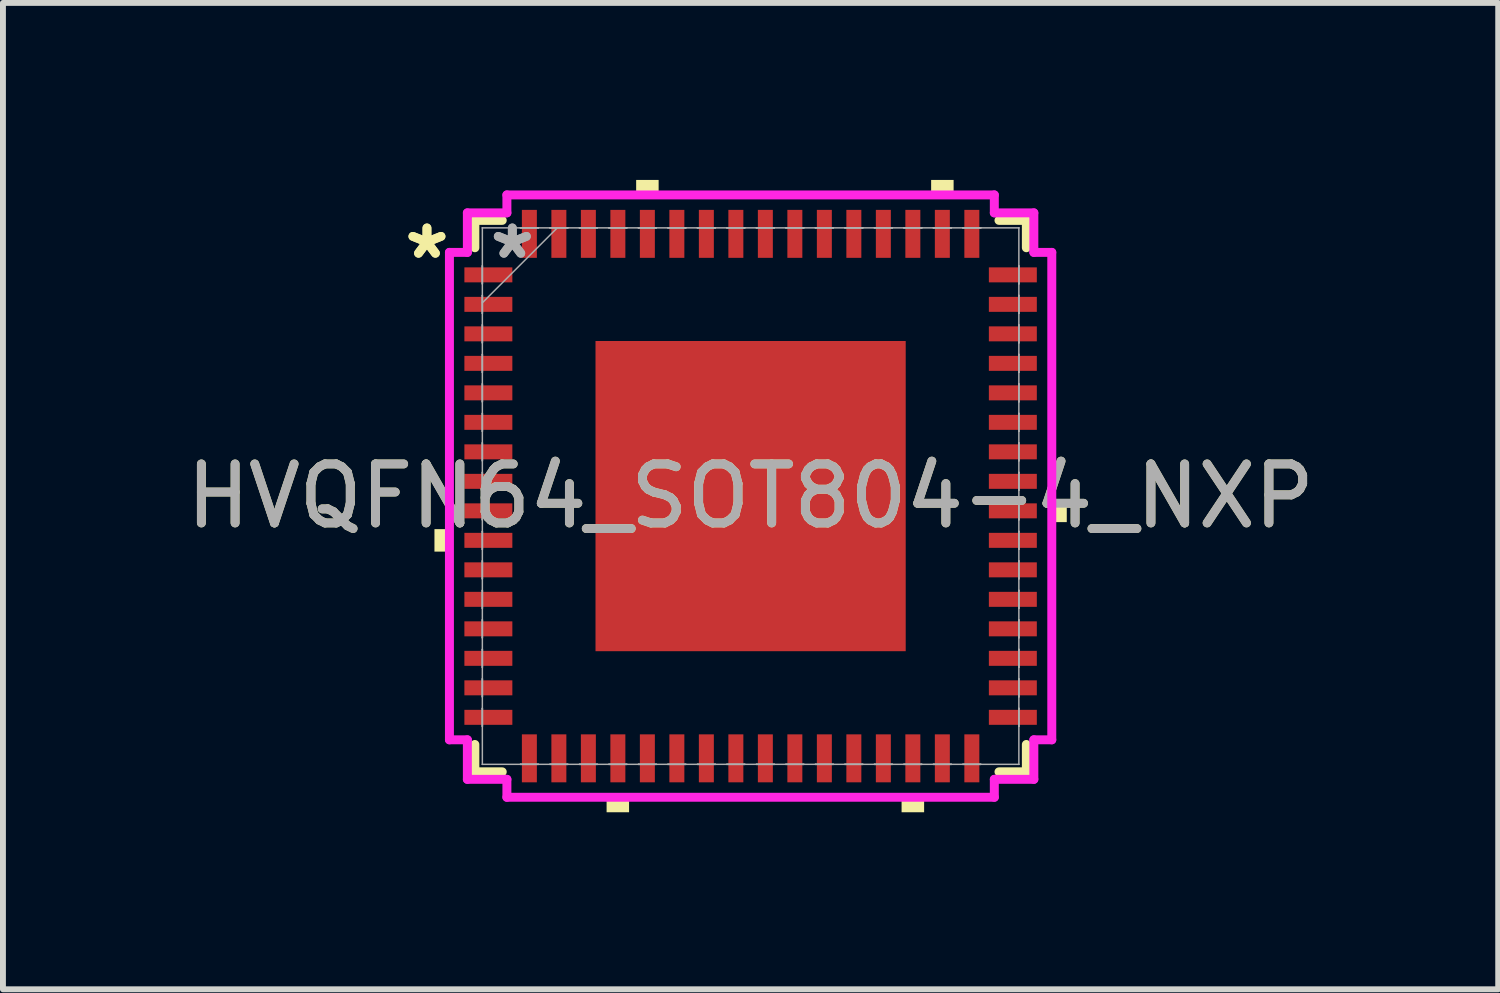
<source format=kicad_pcb>
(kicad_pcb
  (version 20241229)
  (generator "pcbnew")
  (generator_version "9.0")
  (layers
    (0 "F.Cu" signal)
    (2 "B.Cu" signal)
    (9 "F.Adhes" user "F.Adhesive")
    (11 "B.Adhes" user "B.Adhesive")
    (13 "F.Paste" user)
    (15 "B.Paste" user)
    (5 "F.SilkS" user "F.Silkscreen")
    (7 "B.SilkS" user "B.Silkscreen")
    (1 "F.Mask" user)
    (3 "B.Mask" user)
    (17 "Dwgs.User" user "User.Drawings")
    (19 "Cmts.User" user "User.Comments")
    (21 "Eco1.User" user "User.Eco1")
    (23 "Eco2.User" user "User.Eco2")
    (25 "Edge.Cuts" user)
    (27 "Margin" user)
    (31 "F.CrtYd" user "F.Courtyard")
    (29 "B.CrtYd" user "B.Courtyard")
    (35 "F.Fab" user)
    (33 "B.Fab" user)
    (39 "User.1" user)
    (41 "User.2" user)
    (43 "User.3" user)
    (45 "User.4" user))
  (footprint "HVQFN64_SOT804-4_NXP"
    (layer "F.Cu")
    (at 9.673 5.359)
    (property "Reference" "HVQFN64_SOT804-4_NXP" (at 0 0 0) (unlocked yes) (layer "F.SilkS") (effects (font (size 1 1) (thickness 0.15))))
    (attr smd)
    (fp_line (start -4.674 -4.674) (end -4.674 -4.21) (stroke (width 0.152) (type solid)) (layer "F.SilkS"))
    (fp_line (start -4.674 4.21) (end -4.674 4.674) (stroke (width 0.152) (type solid)) (layer "F.SilkS"))
    (fp_line (start -4.674 4.674) (end -4.21 4.674) (stroke (width 0.152) (type solid)) (layer "F.SilkS"))
    (fp_line (start -4.21 -4.674) (end -4.674 -4.674) (stroke (width 0.152) (type solid)) (layer "F.SilkS"))
    (fp_line (start 4.21 4.674) (end 4.674 4.674) (stroke (width 0.152) (type solid)) (layer "F.SilkS"))
    (fp_line (start 4.674 -4.674) (end 4.21 -4.674) (stroke (width 0.152) (type solid)) (layer "F.SilkS"))
    (fp_line (start 4.674 -4.21) (end 4.674 -4.674) (stroke (width 0.152) (type solid)) (layer "F.SilkS"))
    (fp_line (start 4.674 4.674) (end 4.674 4.21) (stroke (width 0.152) (type solid)) (layer "F.SilkS"))
    (fp_poly (pts (xy -5.359 0.56) (xy -5.359 0.941) (xy -5.105 0.941) (xy -5.105 0.56)) (stroke (width 0) (type solid)) (fill yes) (layer "F.SilkS"))
    (fp_poly (pts (xy -2.441 5.105) (xy -2.441 5.359) (xy -2.06 5.359) (xy -2.06 5.105)) (stroke (width 0) (type solid)) (fill yes) (layer "F.SilkS"))
    (fp_poly (pts (xy -1.94 -5.105) (xy -1.94 -5.359) (xy -1.559 -5.359) (xy -1.559 -5.105)) (stroke (width 0) (type solid)) (fill yes) (layer "F.SilkS"))
    (fp_poly (pts (xy 2.559 5.105) (xy 2.559 5.359) (xy 2.941 5.359) (xy 2.941 5.105)) (stroke (width 0) (type solid)) (fill yes) (layer "F.SilkS"))
    (fp_poly (pts (xy 3.06 -5.105) (xy 3.06 -5.359) (xy 3.441 -5.359) (xy 3.441 -5.105)) (stroke (width 0) (type solid)) (fill yes) (layer "F.SilkS"))
    (fp_poly (pts (xy 5.359 0.059) (xy 5.359 0.441) (xy 5.105 0.441) (xy 5.105 0.059)) (stroke (width 0) (type solid)) (fill yes) (layer "F.SilkS"))
    (fp_poly (pts (xy -2.529 -2.529) (xy -2.529 -1.414) (xy -1.414 -1.414) (xy -1.414 -2.529)) (stroke (width 0) (type solid)) (fill yes) (layer "F.Paste"))
    (fp_poly (pts (xy -2.529 -1.214) (xy -2.529 -0.1) (xy -1.414 -0.1) (xy -1.414 -1.214)) (stroke (width 0) (type solid)) (fill yes) (layer "F.Paste"))
    (fp_poly (pts (xy -2.529 0.1) (xy -2.529 1.214) (xy -1.414 1.214) (xy -1.414 0.1)) (stroke (width 0) (type solid)) (fill yes) (layer "F.Paste"))
    (fp_poly (pts (xy -2.529 1.414) (xy -2.529 2.529) (xy -1.414 2.529) (xy -1.414 1.414)) (stroke (width 0) (type solid)) (fill yes) (layer "F.Paste"))
    (fp_poly (pts (xy -1.214 -2.529) (xy -1.214 -1.414) (xy -0.1 -1.414) (xy -0.1 -2.529)) (stroke (width 0) (type solid)) (fill yes) (layer "F.Paste"))
    (fp_poly (pts (xy -1.214 -1.214) (xy -1.214 -0.1) (xy -0.1 -0.1) (xy -0.1 -1.214)) (stroke (width 0) (type solid)) (fill yes) (layer "F.Paste"))
    (fp_poly (pts (xy -1.214 0.1) (xy -1.214 1.214) (xy -0.1 1.214) (xy -0.1 0.1)) (stroke (width 0) (type solid)) (fill yes) (layer "F.Paste"))
    (fp_poly (pts (xy -1.214 1.414) (xy -1.214 2.529) (xy -0.1 2.529) (xy -0.1 1.414)) (stroke (width 0) (type solid)) (fill yes) (layer "F.Paste"))
    (fp_poly (pts (xy 0.1 -2.529) (xy 0.1 -1.414) (xy 1.214 -1.414) (xy 1.214 -2.529)) (stroke (width 0) (type solid)) (fill yes) (layer "F.Paste"))
    (fp_poly (pts (xy 0.1 -1.214) (xy 0.1 -0.1) (xy 1.214 -0.1) (xy 1.214 -1.214)) (stroke (width 0) (type solid)) (fill yes) (layer "F.Paste"))
    (fp_poly (pts (xy 0.1 0.1) (xy 0.1 1.214) (xy 1.214 1.214) (xy 1.214 0.1)) (stroke (width 0) (type solid)) (fill yes) (layer "F.Paste"))
    (fp_poly (pts (xy 0.1 1.414) (xy 0.1 2.529) (xy 1.214 2.529) (xy 1.214 1.414)) (stroke (width 0) (type solid)) (fill yes) (layer "F.Paste"))
    (fp_poly (pts (xy 1.414 -2.529) (xy 1.414 -1.414) (xy 2.529 -1.414) (xy 2.529 -2.529)) (stroke (width 0) (type solid)) (fill yes) (layer "F.Paste"))
    (fp_poly (pts (xy 1.414 -1.214) (xy 1.414 -0.1) (xy 2.529 -0.1) (xy 2.529 -1.214)) (stroke (width 0) (type solid)) (fill yes) (layer "F.Paste"))
    (fp_poly (pts (xy 1.414 0.1) (xy 1.414 1.214) (xy 2.529 1.214) (xy 2.529 0.1)) (stroke (width 0) (type solid)) (fill yes) (layer "F.Paste"))
    (fp_poly (pts (xy 1.414 1.414) (xy 1.414 2.529) (xy 2.529 2.529) (xy 2.529 1.414)) (stroke (width 0) (type solid)) (fill yes) (layer "F.Paste"))
    (fp_line (start -5.105 -4.131) (end -4.801 -4.131) (stroke (width 0.152) (type solid)) (layer "F.CrtYd"))
    (fp_line (start -5.105 4.131) (end -5.105 -4.131) (stroke (width 0.152) (type solid)) (layer "F.CrtYd"))
    (fp_line (start -4.801 -4.801) (end -4.131 -4.801) (stroke (width 0.152) (type solid)) (layer "F.CrtYd"))
    (fp_line (start -4.801 -4.131) (end -4.801 -4.801) (stroke (width 0.152) (type solid)) (layer "F.CrtYd"))
    (fp_line (start -4.801 4.131) (end -5.105 4.131) (stroke (width 0.152) (type solid)) (layer "F.CrtYd"))
    (fp_line (start -4.801 4.801) (end -4.801 4.131) (stroke (width 0.152) (type solid)) (layer "F.CrtYd"))
    (fp_line (start -4.131 -5.105) (end 4.131 -5.105) (stroke (width 0.152) (type solid)) (layer "F.CrtYd"))
    (fp_line (start -4.131 -4.801) (end -4.131 -5.105) (stroke (width 0.152) (type solid)) (layer "F.CrtYd"))
    (fp_line (start -4.131 4.801) (end -4.801 4.801) (stroke (width 0.152) (type solid)) (layer "F.CrtYd"))
    (fp_line (start -4.131 5.105) (end -4.131 4.801) (stroke (width 0.152) (type solid)) (layer "F.CrtYd"))
    (fp_line (start 4.131 -5.105) (end 4.131 -4.801) (stroke (width 0.152) (type solid)) (layer "F.CrtYd"))
    (fp_line (start 4.131 -4.801) (end 4.801 -4.801) (stroke (width 0.152) (type solid)) (layer "F.CrtYd"))
    (fp_line (start 4.131 4.801) (end 4.131 5.105) (stroke (width 0.152) (type solid)) (layer "F.CrtYd"))
    (fp_line (start 4.131 5.105) (end -4.131 5.105) (stroke (width 0.152) (type solid)) (layer "F.CrtYd"))
    (fp_line (start 4.801 -4.801) (end 4.801 -4.131) (stroke (width 0.152) (type solid)) (layer "F.CrtYd"))
    (fp_line (start 4.801 -4.131) (end 5.105 -4.131) (stroke (width 0.152) (type solid)) (layer "F.CrtYd"))
    (fp_line (start 4.801 4.131) (end 4.801 4.801) (stroke (width 0.152) (type solid)) (layer "F.CrtYd"))
    (fp_line (start 4.801 4.801) (end 4.131 4.801) (stroke (width 0.152) (type solid)) (layer "F.CrtYd"))
    (fp_line (start 5.105 -4.131) (end 5.105 4.131) (stroke (width 0.152) (type solid)) (layer "F.CrtYd"))
    (fp_line (start 5.105 4.131) (end 4.801 4.131) (stroke (width 0.152) (type solid)) (layer "F.CrtYd"))
    (fp_line (start -4.547 -4.547) (end -4.547 -4.547) (stroke (width 0.025) (type solid)) (layer "F.Fab"))
    (fp_line (start -4.547 -4.547) (end -4.547 4.547) (stroke (width 0.025) (type solid)) (layer "F.Fab"))
    (fp_line (start -4.547 -3.902) (end -4.547 -3.902) (stroke (width 0.025) (type solid)) (layer "F.Fab"))
    (fp_line (start -4.547 -3.902) (end -4.547 -3.598) (stroke (width 0.025) (type solid)) (layer "F.Fab"))
    (fp_line (start -4.547 -3.598) (end -4.547 -3.902) (stroke (width 0.025) (type solid)) (layer "F.Fab"))
    (fp_line (start -4.547 -3.598) (end -4.547 -3.598) (stroke (width 0.025) (type solid)) (layer "F.Fab"))
    (fp_line (start -4.547 -3.402) (end -4.547 -3.402) (stroke (width 0.025) (type solid)) (layer "F.Fab"))
    (fp_line (start -4.547 -3.402) (end -4.547 -3.098) (stroke (width 0.025) (type solid)) (layer "F.Fab"))
    (fp_line (start -4.547 -3.277) (end -3.277 -4.547) (stroke (width 0.025) (type solid)) (layer "F.Fab"))
    (fp_line (start -4.547 -3.098) (end -4.547 -3.402) (stroke (width 0.025) (type solid)) (layer "F.Fab"))
    (fp_line (start -4.547 -3.098) (end -4.547 -3.098) (stroke (width 0.025) (type solid)) (layer "F.Fab"))
    (fp_line (start -4.547 -2.902) (end -4.547 -2.902) (stroke (width 0.025) (type solid)) (layer "F.Fab"))
    (fp_line (start -4.547 -2.902) (end -4.547 -2.598) (stroke (width 0.025) (type solid)) (layer "F.Fab"))
    (fp_line (start -4.547 -2.598) (end -4.547 -2.902) (stroke (width 0.025) (type solid)) (layer "F.Fab"))
    (fp_line (start -4.547 -2.598) (end -4.547 -2.598) (stroke (width 0.025) (type solid)) (layer "F.Fab"))
    (fp_line (start -4.547 -2.402) (end -4.547 -2.402) (stroke (width 0.025) (type solid)) (layer "F.Fab"))
    (fp_line (start -4.547 -2.402) (end -4.547 -2.098) (stroke (width 0.025) (type solid)) (layer "F.Fab"))
    (fp_line (start -4.547 -2.098) (end -4.547 -2.402) (stroke (width 0.025) (type solid)) (layer "F.Fab"))
    (fp_line (start -4.547 -2.098) (end -4.547 -2.098) (stroke (width 0.025) (type solid)) (layer "F.Fab"))
    (fp_line (start -4.547 -1.902) (end -4.547 -1.902) (stroke (width 0.025) (type solid)) (layer "F.Fab"))
    (fp_line (start -4.547 -1.902) (end -4.547 -1.598) (stroke (width 0.025) (type solid)) (layer "F.Fab"))
    (fp_line (start -4.547 -1.598) (end -4.547 -1.902) (stroke (width 0.025) (type solid)) (layer "F.Fab"))
    (fp_line (start -4.547 -1.598) (end -4.547 -1.598) (stroke (width 0.025) (type solid)) (layer "F.Fab"))
    (fp_line (start -4.547 -1.402) (end -4.547 -1.402) (stroke (width 0.025) (type solid)) (layer "F.Fab"))
    (fp_line (start -4.547 -1.402) (end -4.547 -1.098) (stroke (width 0.025) (type solid)) (layer "F.Fab"))
    (fp_line (start -4.547 -1.098) (end -4.547 -1.402) (stroke (width 0.025) (type solid)) (layer "F.Fab"))
    (fp_line (start -4.547 -1.098) (end -4.547 -1.098) (stroke (width 0.025) (type solid)) (layer "F.Fab"))
    (fp_line (start -4.547 -0.902) (end -4.547 -0.902) (stroke (width 0.025) (type solid)) (layer "F.Fab"))
    (fp_line (start -4.547 -0.902) (end -4.547 -0.598) (stroke (width 0.025) (type solid)) (layer "F.Fab"))
    (fp_line (start -4.547 -0.598) (end -4.547 -0.902) (stroke (width 0.025) (type solid)) (layer "F.Fab"))
    (fp_line (start -4.547 -0.598) (end -4.547 -0.598) (stroke (width 0.025) (type solid)) (layer "F.Fab"))
    (fp_line (start -4.547 -0.402) (end -4.547 -0.402) (stroke (width 0.025) (type solid)) (layer "F.Fab"))
    (fp_line (start -4.547 -0.402) (end -4.547 -0.098) (stroke (width 0.025) (type solid)) (layer "F.Fab"))
    (fp_line (start -4.547 -0.098) (end -4.547 -0.402) (stroke (width 0.025) (type solid)) (layer "F.Fab"))
    (fp_line (start -4.547 -0.098) (end -4.547 -0.098) (stroke (width 0.025) (type solid)) (layer "F.Fab"))
    (fp_line (start -4.547 0.098) (end -4.547 0.098) (stroke (width 0.025) (type solid)) (layer "F.Fab"))
    (fp_line (start -4.547 0.098) (end -4.547 0.402) (stroke (width 0.025) (type solid)) (layer "F.Fab"))
    (fp_line (start -4.547 0.402) (end -4.547 0.098) (stroke (width 0.025) (type solid)) (layer "F.Fab"))
    (fp_line (start -4.547 0.402) (end -4.547 0.402) (stroke (width 0.025) (type solid)) (layer "F.Fab"))
    (fp_line (start -4.547 0.598) (end -4.547 0.598) (stroke (width 0.025) (type solid)) (layer "F.Fab"))
    (fp_line (start -4.547 0.598) (end -4.547 0.902) (stroke (width 0.025) (type solid)) (layer "F.Fab"))
    (fp_line (start -4.547 0.902) (end -4.547 0.598) (stroke (width 0.025) (type solid)) (layer "F.Fab"))
    (fp_line (start -4.547 0.902) (end -4.547 0.902) (stroke (width 0.025) (type solid)) (layer "F.Fab"))
    (fp_line (start -4.547 1.098) (end -4.547 1.098) (stroke (width 0.025) (type solid)) (layer "F.Fab"))
    (fp_line (start -4.547 1.098) (end -4.547 1.402) (stroke (width 0.025) (type solid)) (layer "F.Fab"))
    (fp_line (start -4.547 1.402) (end -4.547 1.098) (stroke (width 0.025) (type solid)) (layer "F.Fab"))
    (fp_line (start -4.547 1.402) (end -4.547 1.402) (stroke (width 0.025) (type solid)) (layer "F.Fab"))
    (fp_line (start -4.547 1.598) (end -4.547 1.598) (stroke (width 0.025) (type solid)) (layer "F.Fab"))
    (fp_line (start -4.547 1.598) (end -4.547 1.902) (stroke (width 0.025) (type solid)) (layer "F.Fab"))
    (fp_line (start -4.547 1.902) (end -4.547 1.598) (stroke (width 0.025) (type solid)) (layer "F.Fab"))
    (fp_line (start -4.547 1.902) (end -4.547 1.902) (stroke (width 0.025) (type solid)) (layer "F.Fab"))
    (fp_line (start -4.547 2.098) (end -4.547 2.098) (stroke (width 0.025) (type solid)) (layer "F.Fab"))
    (fp_line (start -4.547 2.098) (end -4.547 2.402) (stroke (width 0.025) (type solid)) (layer "F.Fab"))
    (fp_line (start -4.547 2.402) (end -4.547 2.098) (stroke (width 0.025) (type solid)) (layer "F.Fab"))
    (fp_line (start -4.547 2.402) (end -4.547 2.402) (stroke (width 0.025) (type solid)) (layer "F.Fab"))
    (fp_line (start -4.547 2.598) (end -4.547 2.598) (stroke (width 0.025) (type solid)) (layer "F.Fab"))
    (fp_line (start -4.547 2.598) (end -4.547 2.902) (stroke (width 0.025) (type solid)) (layer "F.Fab"))
    (fp_line (start -4.547 2.902) (end -4.547 2.598) (stroke (width 0.025) (type solid)) (layer "F.Fab"))
    (fp_line (start -4.547 2.902) (end -4.547 2.902) (stroke (width 0.025) (type solid)) (layer "F.Fab"))
    (fp_line (start -4.547 3.098) (end -4.547 3.098) (stroke (width 0.025) (type solid)) (layer "F.Fab"))
    (fp_line (start -4.547 3.098) (end -4.547 3.402) (stroke (width 0.025) (type solid)) (layer "F.Fab"))
    (fp_line (start -4.547 3.402) (end -4.547 3.098) (stroke (width 0.025) (type solid)) (layer "F.Fab"))
    (fp_line (start -4.547 3.402) (end -4.547 3.402) (stroke (width 0.025) (type solid)) (layer "F.Fab"))
    (fp_line (start -4.547 3.598) (end -4.547 3.598) (stroke (width 0.025) (type solid)) (layer "F.Fab"))
    (fp_line (start -4.547 3.598) (end -4.547 3.902) (stroke (width 0.025) (type solid)) (layer "F.Fab"))
    (fp_line (start -4.547 3.902) (end -4.547 3.598) (stroke (width 0.025) (type solid)) (layer "F.Fab"))
    (fp_line (start -4.547 3.902) (end -4.547 3.902) (stroke (width 0.025) (type solid)) (layer "F.Fab"))
    (fp_line (start -4.547 4.547) (end -4.547 4.547) (stroke (width 0.025) (type solid)) (layer "F.Fab"))
    (fp_line (start -4.547 4.547) (end 4.547 4.547) (stroke (width 0.025) (type solid)) (layer "F.Fab"))
    (fp_line (start -3.902 -4.547) (end -3.902 -4.547) (stroke (width 0.025) (type solid)) (layer "F.Fab"))
    (fp_line (start -3.902 -4.547) (end -3.598 -4.547) (stroke (width 0.025) (type solid)) (layer "F.Fab"))
    (fp_line (start -3.902 4.547) (end -3.902 4.547) (stroke (width 0.025) (type solid)) (layer "F.Fab"))
    (fp_line (start -3.902 4.547) (end -3.598 4.547) (stroke (width 0.025) (type solid)) (layer "F.Fab"))
    (fp_line (start -3.598 -4.547) (end -3.902 -4.547) (stroke (width 0.025) (type solid)) (layer "F.Fab"))
    (fp_line (start -3.598 -4.547) (end -3.598 -4.547) (stroke (width 0.025) (type solid)) (layer "F.Fab"))
    (fp_line (start -3.598 4.547) (end -3.902 4.547) (stroke (width 0.025) (type solid)) (layer "F.Fab"))
    (fp_line (start -3.598 4.547) (end -3.598 4.547) (stroke (width 0.025) (type solid)) (layer "F.Fab"))
    (fp_line (start -3.402 -4.547) (end -3.402 -4.547) (stroke (width 0.025) (type solid)) (layer "F.Fab"))
    (fp_line (start -3.402 -4.547) (end -3.098 -4.547) (stroke (width 0.025) (type solid)) (layer "F.Fab"))
    (fp_line (start -3.402 4.547) (end -3.402 4.547) (stroke (width 0.025) (type solid)) (layer "F.Fab"))
    (fp_line (start -3.402 4.547) (end -3.098 4.547) (stroke (width 0.025) (type solid)) (layer "F.Fab"))
    (fp_line (start -3.098 -4.547) (end -3.402 -4.547) (stroke (width 0.025) (type solid)) (layer "F.Fab"))
    (fp_line (start -3.098 -4.547) (end -3.098 -4.547) (stroke (width 0.025) (type solid)) (layer "F.Fab"))
    (fp_line (start -3.098 4.547) (end -3.402 4.547) (stroke (width 0.025) (type solid)) (layer "F.Fab"))
    (fp_line (start -3.098 4.547) (end -3.098 4.547) (stroke (width 0.025) (type solid)) (layer "F.Fab"))
    (fp_line (start -2.902 -4.547) (end -2.902 -4.547) (stroke (width 0.025) (type solid)) (layer "F.Fab"))
    (fp_line (start -2.902 -4.547) (end -2.598 -4.547) (stroke (width 0.025) (type solid)) (layer "F.Fab"))
    (fp_line (start -2.902 4.547) (end -2.902 4.547) (stroke (width 0.025) (type solid)) (layer "F.Fab"))
    (fp_line (start -2.902 4.547) (end -2.598 4.547) (stroke (width 0.025) (type solid)) (layer "F.Fab"))
    (fp_line (start -2.598 -4.547) (end -2.902 -4.547) (stroke (width 0.025) (type solid)) (layer "F.Fab"))
    (fp_line (start -2.598 -4.547) (end -2.598 -4.547) (stroke (width 0.025) (type solid)) (layer "F.Fab"))
    (fp_line (start -2.598 4.547) (end -2.902 4.547) (stroke (width 0.025) (type solid)) (layer "F.Fab"))
    (fp_line (start -2.598 4.547) (end -2.598 4.547) (stroke (width 0.025) (type solid)) (layer "F.Fab"))
    (fp_line (start -2.402 -4.547) (end -2.402 -4.547) (stroke (width 0.025) (type solid)) (layer "F.Fab"))
    (fp_line (start -2.402 -4.547) (end -2.098 -4.547) (stroke (width 0.025) (type solid)) (layer "F.Fab"))
    (fp_line (start -2.402 4.547) (end -2.402 4.547) (stroke (width 0.025) (type solid)) (layer "F.Fab"))
    (fp_line (start -2.402 4.547) (end -2.098 4.547) (stroke (width 0.025) (type solid)) (layer "F.Fab"))
    (fp_line (start -2.098 -4.547) (end -2.402 -4.547) (stroke (width 0.025) (type solid)) (layer "F.Fab"))
    (fp_line (start -2.098 -4.547) (end -2.098 -4.547) (stroke (width 0.025) (type solid)) (layer "F.Fab"))
    (fp_line (start -2.098 4.547) (end -2.402 4.547) (stroke (width 0.025) (type solid)) (layer "F.Fab"))
    (fp_line (start -2.098 4.547) (end -2.098 4.547) (stroke (width 0.025) (type solid)) (layer "F.Fab"))
    (fp_line (start -1.902 -4.547) (end -1.902 -4.547) (stroke (width 0.025) (type solid)) (layer "F.Fab"))
    (fp_line (start -1.902 -4.547) (end -1.598 -4.547) (stroke (width 0.025) (type solid)) (layer "F.Fab"))
    (fp_line (start -1.902 4.547) (end -1.902 4.547) (stroke (width 0.025) (type solid)) (layer "F.Fab"))
    (fp_line (start -1.902 4.547) (end -1.598 4.547) (stroke (width 0.025) (type solid)) (layer "F.Fab"))
    (fp_line (start -1.598 -4.547) (end -1.902 -4.547) (stroke (width 0.025) (type solid)) (layer "F.Fab"))
    (fp_line (start -1.598 -4.547) (end -1.598 -4.547) (stroke (width 0.025) (type solid)) (layer "F.Fab"))
    (fp_line (start -1.598 4.547) (end -1.902 4.547) (stroke (width 0.025) (type solid)) (layer "F.Fab"))
    (fp_line (start -1.598 4.547) (end -1.598 4.547) (stroke (width 0.025) (type solid)) (layer "F.Fab"))
    (fp_line (start -1.402 -4.547) (end -1.402 -4.547) (stroke (width 0.025) (type solid)) (layer "F.Fab"))
    (fp_line (start -1.402 -4.547) (end -1.098 -4.547) (stroke (width 0.025) (type solid)) (layer "F.Fab"))
    (fp_line (start -1.402 4.547) (end -1.402 4.547) (stroke (width 0.025) (type solid)) (layer "F.Fab"))
    (fp_line (start -1.402 4.547) (end -1.098 4.547) (stroke (width 0.025) (type solid)) (layer "F.Fab"))
    (fp_line (start -1.098 -4.547) (end -1.402 -4.547) (stroke (width 0.025) (type solid)) (layer "F.Fab"))
    (fp_line (start -1.098 -4.547) (end -1.098 -4.547) (stroke (width 0.025) (type solid)) (layer "F.Fab"))
    (fp_line (start -1.098 4.547) (end -1.402 4.547) (stroke (width 0.025) (type solid)) (layer "F.Fab"))
    (fp_line (start -1.098 4.547) (end -1.098 4.547) (stroke (width 0.025) (type solid)) (layer "F.Fab"))
    (fp_line (start -0.902 -4.547) (end -0.902 -4.547) (stroke (width 0.025) (type solid)) (layer "F.Fab"))
    (fp_line (start -0.902 -4.547) (end -0.598 -4.547) (stroke (width 0.025) (type solid)) (layer "F.Fab"))
    (fp_line (start -0.902 4.547) (end -0.902 4.547) (stroke (width 0.025) (type solid)) (layer "F.Fab"))
    (fp_line (start -0.902 4.547) (end -0.598 4.547) (stroke (width 0.025) (type solid)) (layer "F.Fab"))
    (fp_line (start -0.598 -4.547) (end -0.902 -4.547) (stroke (width 0.025) (type solid)) (layer "F.Fab"))
    (fp_line (start -0.598 -4.547) (end -0.598 -4.547) (stroke (width 0.025) (type solid)) (layer "F.Fab"))
    (fp_line (start -0.598 4.547) (end -0.902 4.547) (stroke (width 0.025) (type solid)) (layer "F.Fab"))
    (fp_line (start -0.598 4.547) (end -0.598 4.547) (stroke (width 0.025) (type solid)) (layer "F.Fab"))
    (fp_line (start -0.402 -4.547) (end -0.402 -4.547) (stroke (width 0.025) (type solid)) (layer "F.Fab"))
    (fp_line (start -0.402 -4.547) (end -0.098 -4.547) (stroke (width 0.025) (type solid)) (layer "F.Fab"))
    (fp_line (start -0.402 4.547) (end -0.402 4.547) (stroke (width 0.025) (type solid)) (layer "F.Fab"))
    (fp_line (start -0.402 4.547) (end -0.098 4.547) (stroke (width 0.025) (type solid)) (layer "F.Fab"))
    (fp_line (start -0.098 -4.547) (end -0.402 -4.547) (stroke (width 0.025) (type solid)) (layer "F.Fab"))
    (fp_line (start -0.098 -4.547) (end -0.098 -4.547) (stroke (width 0.025) (type solid)) (layer "F.Fab"))
    (fp_line (start -0.098 4.547) (end -0.402 4.547) (stroke (width 0.025) (type solid)) (layer "F.Fab"))
    (fp_line (start -0.098 4.547) (end -0.098 4.547) (stroke (width 0.025) (type solid)) (layer "F.Fab"))
    (fp_line (start 0.098 -4.547) (end 0.098 -4.547) (stroke (width 0.025) (type solid)) (layer "F.Fab"))
    (fp_line (start 0.098 -4.547) (end 0.402 -4.547) (stroke (width 0.025) (type solid)) (layer "F.Fab"))
    (fp_line (start 0.098 4.547) (end 0.098 4.547) (stroke (width 0.025) (type solid)) (layer "F.Fab"))
    (fp_line (start 0.098 4.547) (end 0.402 4.547) (stroke (width 0.025) (type solid)) (layer "F.Fab"))
    (fp_line (start 0.402 -4.547) (end 0.098 -4.547) (stroke (width 0.025) (type solid)) (layer "F.Fab"))
    (fp_line (start 0.402 -4.547) (end 0.402 -4.547) (stroke (width 0.025) (type solid)) (layer "F.Fab"))
    (fp_line (start 0.402 4.547) (end 0.098 4.547) (stroke (width 0.025) (type solid)) (layer "F.Fab"))
    (fp_line (start 0.402 4.547) (end 0.402 4.547) (stroke (width 0.025) (type solid)) (layer "F.Fab"))
    (fp_line (start 0.598 -4.547) (end 0.598 -4.547) (stroke (width 0.025) (type solid)) (layer "F.Fab"))
    (fp_line (start 0.598 -4.547) (end 0.902 -4.547) (stroke (width 0.025) (type solid)) (layer "F.Fab"))
    (fp_line (start 0.598 4.547) (end 0.598 4.547) (stroke (width 0.025) (type solid)) (layer "F.Fab"))
    (fp_line (start 0.598 4.547) (end 0.902 4.547) (stroke (width 0.025) (type solid)) (layer "F.Fab"))
    (fp_line (start 0.902 -4.547) (end 0.598 -4.547) (stroke (width 0.025) (type solid)) (layer "F.Fab"))
    (fp_line (start 0.902 -4.547) (end 0.902 -4.547) (stroke (width 0.025) (type solid)) (layer "F.Fab"))
    (fp_line (start 0.902 4.547) (end 0.598 4.547) (stroke (width 0.025) (type solid)) (layer "F.Fab"))
    (fp_line (start 0.902 4.547) (end 0.902 4.547) (stroke (width 0.025) (type solid)) (layer "F.Fab"))
    (fp_line (start 1.098 -4.547) (end 1.098 -4.547) (stroke (width 0.025) (type solid)) (layer "F.Fab"))
    (fp_line (start 1.098 -4.547) (end 1.402 -4.547) (stroke (width 0.025) (type solid)) (layer "F.Fab"))
    (fp_line (start 1.098 4.547) (end 1.098 4.547) (stroke (width 0.025) (type solid)) (layer "F.Fab"))
    (fp_line (start 1.098 4.547) (end 1.402 4.547) (stroke (width 0.025) (type solid)) (layer "F.Fab"))
    (fp_line (start 1.402 -4.547) (end 1.098 -4.547) (stroke (width 0.025) (type solid)) (layer "F.Fab"))
    (fp_line (start 1.402 -4.547) (end 1.402 -4.547) (stroke (width 0.025) (type solid)) (layer "F.Fab"))
    (fp_line (start 1.402 4.547) (end 1.098 4.547) (stroke (width 0.025) (type solid)) (layer "F.Fab"))
    (fp_line (start 1.402 4.547) (end 1.402 4.547) (stroke (width 0.025) (type solid)) (layer "F.Fab"))
    (fp_line (start 1.598 -4.547) (end 1.598 -4.547) (stroke (width 0.025) (type solid)) (layer "F.Fab"))
    (fp_line (start 1.598 -4.547) (end 1.902 -4.547) (stroke (width 0.025) (type solid)) (layer "F.Fab"))
    (fp_line (start 1.598 4.547) (end 1.598 4.547) (stroke (width 0.025) (type solid)) (layer "F.Fab"))
    (fp_line (start 1.598 4.547) (end 1.902 4.547) (stroke (width 0.025) (type solid)) (layer "F.Fab"))
    (fp_line (start 1.902 -4.547) (end 1.598 -4.547) (stroke (width 0.025) (type solid)) (layer "F.Fab"))
    (fp_line (start 1.902 -4.547) (end 1.902 -4.547) (stroke (width 0.025) (type solid)) (layer "F.Fab"))
    (fp_line (start 1.902 4.547) (end 1.598 4.547) (stroke (width 0.025) (type solid)) (layer "F.Fab"))
    (fp_line (start 1.902 4.547) (end 1.902 4.547) (stroke (width 0.025) (type solid)) (layer "F.Fab"))
    (fp_line (start 2.098 -4.547) (end 2.098 -4.547) (stroke (width 0.025) (type solid)) (layer "F.Fab"))
    (fp_line (start 2.098 -4.547) (end 2.402 -4.547) (stroke (width 0.025) (type solid)) (layer "F.Fab"))
    (fp_line (start 2.098 4.547) (end 2.098 4.547) (stroke (width 0.025) (type solid)) (layer "F.Fab"))
    (fp_line (start 2.098 4.547) (end 2.402 4.547) (stroke (width 0.025) (type solid)) (layer "F.Fab"))
    (fp_line (start 2.402 -4.547) (end 2.098 -4.547) (stroke (width 0.025) (type solid)) (layer "F.Fab"))
    (fp_line (start 2.402 -4.547) (end 2.402 -4.547) (stroke (width 0.025) (type solid)) (layer "F.Fab"))
    (fp_line (start 2.402 4.547) (end 2.098 4.547) (stroke (width 0.025) (type solid)) (layer "F.Fab"))
    (fp_line (start 2.402 4.547) (end 2.402 4.547) (stroke (width 0.025) (type solid)) (layer "F.Fab"))
    (fp_line (start 2.598 -4.547) (end 2.598 -4.547) (stroke (width 0.025) (type solid)) (layer "F.Fab"))
    (fp_line (start 2.598 -4.547) (end 2.902 -4.547) (stroke (width 0.025) (type solid)) (layer "F.Fab"))
    (fp_line (start 2.598 4.547) (end 2.598 4.547) (stroke (width 0.025) (type solid)) (layer "F.Fab"))
    (fp_line (start 2.598 4.547) (end 2.902 4.547) (stroke (width 0.025) (type solid)) (layer "F.Fab"))
    (fp_line (start 2.902 -4.547) (end 2.598 -4.547) (stroke (width 0.025) (type solid)) (layer "F.Fab"))
    (fp_line (start 2.902 -4.547) (end 2.902 -4.547) (stroke (width 0.025) (type solid)) (layer "F.Fab"))
    (fp_line (start 2.902 4.547) (end 2.598 4.547) (stroke (width 0.025) (type solid)) (layer "F.Fab"))
    (fp_line (start 2.902 4.547) (end 2.902 4.547) (stroke (width 0.025) (type solid)) (layer "F.Fab"))
    (fp_line (start 3.098 -4.547) (end 3.098 -4.547) (stroke (width 0.025) (type solid)) (layer "F.Fab"))
    (fp_line (start 3.098 -4.547) (end 3.402 -4.547) (stroke (width 0.025) (type solid)) (layer "F.Fab"))
    (fp_line (start 3.098 4.547) (end 3.098 4.547) (stroke (width 0.025) (type solid)) (layer "F.Fab"))
    (fp_line (start 3.098 4.547) (end 3.402 4.547) (stroke (width 0.025) (type solid)) (layer "F.Fab"))
    (fp_line (start 3.402 -4.547) (end 3.098 -4.547) (stroke (width 0.025) (type solid)) (layer "F.Fab"))
    (fp_line (start 3.402 -4.547) (end 3.402 -4.547) (stroke (width 0.025) (type solid)) (layer "F.Fab"))
    (fp_line (start 3.402 4.547) (end 3.098 4.547) (stroke (width 0.025) (type solid)) (layer "F.Fab"))
    (fp_line (start 3.402 4.547) (end 3.402 4.547) (stroke (width 0.025) (type solid)) (layer "F.Fab"))
    (fp_line (start 3.598 -4.547) (end 3.598 -4.547) (stroke (width 0.025) (type solid)) (layer "F.Fab"))
    (fp_line (start 3.598 -4.547) (end 3.902 -4.547) (stroke (width 0.025) (type solid)) (layer "F.Fab"))
    (fp_line (start 3.598 4.547) (end 3.598 4.547) (stroke (width 0.025) (type solid)) (layer "F.Fab"))
    (fp_line (start 3.598 4.547) (end 3.902 4.547) (stroke (width 0.025) (type solid)) (layer "F.Fab"))
    (fp_line (start 3.902 -4.547) (end 3.598 -4.547) (stroke (width 0.025) (type solid)) (layer "F.Fab"))
    (fp_line (start 3.902 -4.547) (end 3.902 -4.547) (stroke (width 0.025) (type solid)) (layer "F.Fab"))
    (fp_line (start 3.902 4.547) (end 3.598 4.547) (stroke (width 0.025) (type solid)) (layer "F.Fab"))
    (fp_line (start 3.902 4.547) (end 3.902 4.547) (stroke (width 0.025) (type solid)) (layer "F.Fab"))
    (fp_line (start 4.547 -4.547) (end -4.547 -4.547) (stroke (width 0.025) (type solid)) (layer "F.Fab"))
    (fp_line (start 4.547 -4.547) (end 4.547 -4.547) (stroke (width 0.025) (type solid)) (layer "F.Fab"))
    (fp_line (start 4.547 -3.902) (end 4.547 -3.902) (stroke (width 0.025) (type solid)) (layer "F.Fab"))
    (fp_line (start 4.547 -3.902) (end 4.547 -3.598) (stroke (width 0.025) (type solid)) (layer "F.Fab"))
    (fp_line (start 4.547 -3.598) (end 4.547 -3.902) (stroke (width 0.025) (type solid)) (layer "F.Fab"))
    (fp_line (start 4.547 -3.598) (end 4.547 -3.598) (stroke (width 0.025) (type solid)) (layer "F.Fab"))
    (fp_line (start 4.547 -3.402) (end 4.547 -3.402) (stroke (width 0.025) (type solid)) (layer "F.Fab"))
    (fp_line (start 4.547 -3.402) (end 4.547 -3.098) (stroke (width 0.025) (type solid)) (layer "F.Fab"))
    (fp_line (start 4.547 -3.098) (end 4.547 -3.402) (stroke (width 0.025) (type solid)) (layer "F.Fab"))
    (fp_line (start 4.547 -3.098) (end 4.547 -3.098) (stroke (width 0.025) (type solid)) (layer "F.Fab"))
    (fp_line (start 4.547 -2.902) (end 4.547 -2.902) (stroke (width 0.025) (type solid)) (layer "F.Fab"))
    (fp_line (start 4.547 -2.902) (end 4.547 -2.598) (stroke (width 0.025) (type solid)) (layer "F.Fab"))
    (fp_line (start 4.547 -2.598) (end 4.547 -2.902) (stroke (width 0.025) (type solid)) (layer "F.Fab"))
    (fp_line (start 4.547 -2.598) (end 4.547 -2.598) (stroke (width 0.025) (type solid)) (layer "F.Fab"))
    (fp_line (start 4.547 -2.402) (end 4.547 -2.402) (stroke (width 0.025) (type solid)) (layer "F.Fab"))
    (fp_line (start 4.547 -2.402) (end 4.547 -2.098) (stroke (width 0.025) (type solid)) (layer "F.Fab"))
    (fp_line (start 4.547 -2.098) (end 4.547 -2.402) (stroke (width 0.025) (type solid)) (layer "F.Fab"))
    (fp_line (start 4.547 -2.098) (end 4.547 -2.098) (stroke (width 0.025) (type solid)) (layer "F.Fab"))
    (fp_line (start 4.547 -1.902) (end 4.547 -1.902) (stroke (width 0.025) (type solid)) (layer "F.Fab"))
    (fp_line (start 4.547 -1.902) (end 4.547 -1.598) (stroke (width 0.025) (type solid)) (layer "F.Fab"))
    (fp_line (start 4.547 -1.598) (end 4.547 -1.902) (stroke (width 0.025) (type solid)) (layer "F.Fab"))
    (fp_line (start 4.547 -1.598) (end 4.547 -1.598) (stroke (width 0.025) (type solid)) (layer "F.Fab"))
    (fp_line (start 4.547 -1.402) (end 4.547 -1.402) (stroke (width 0.025) (type solid)) (layer "F.Fab"))
    (fp_line (start 4.547 -1.402) (end 4.547 -1.098) (stroke (width 0.025) (type solid)) (layer "F.Fab"))
    (fp_line (start 4.547 -1.098) (end 4.547 -1.402) (stroke (width 0.025) (type solid)) (layer "F.Fab"))
    (fp_line (start 4.547 -1.098) (end 4.547 -1.098) (stroke (width 0.025) (type solid)) (layer "F.Fab"))
    (fp_line (start 4.547 -0.902) (end 4.547 -0.902) (stroke (width 0.025) (type solid)) (layer "F.Fab"))
    (fp_line (start 4.547 -0.902) (end 4.547 -0.598) (stroke (width 0.025) (type solid)) (layer "F.Fab"))
    (fp_line (start 4.547 -0.598) (end 4.547 -0.902) (stroke (width 0.025) (type solid)) (layer "F.Fab"))
    (fp_line (start 4.547 -0.598) (end 4.547 -0.598) (stroke (width 0.025) (type solid)) (layer "F.Fab"))
    (fp_line (start 4.547 -0.402) (end 4.547 -0.402) (stroke (width 0.025) (type solid)) (layer "F.Fab"))
    (fp_line (start 4.547 -0.402) (end 4.547 -0.098) (stroke (width 0.025) (type solid)) (layer "F.Fab"))
    (fp_line (start 4.547 -0.098) (end 4.547 -0.402) (stroke (width 0.025) (type solid)) (layer "F.Fab"))
    (fp_line (start 4.547 -0.098) (end 4.547 -0.098) (stroke (width 0.025) (type solid)) (layer "F.Fab"))
    (fp_line (start 4.547 0.098) (end 4.547 0.098) (stroke (width 0.025) (type solid)) (layer "F.Fab"))
    (fp_line (start 4.547 0.098) (end 4.547 0.402) (stroke (width 0.025) (type solid)) (layer "F.Fab"))
    (fp_line (start 4.547 0.402) (end 4.547 0.098) (stroke (width 0.025) (type solid)) (layer "F.Fab"))
    (fp_line (start 4.547 0.402) (end 4.547 0.402) (stroke (width 0.025) (type solid)) (layer "F.Fab"))
    (fp_line (start 4.547 0.598) (end 4.547 0.598) (stroke (width 0.025) (type solid)) (layer "F.Fab"))
    (fp_line (start 4.547 0.598) (end 4.547 0.902) (stroke (width 0.025) (type solid)) (layer "F.Fab"))
    (fp_line (start 4.547 0.902) (end 4.547 0.598) (stroke (width 0.025) (type solid)) (layer "F.Fab"))
    (fp_line (start 4.547 0.902) (end 4.547 0.902) (stroke (width 0.025) (type solid)) (layer "F.Fab"))
    (fp_line (start 4.547 1.098) (end 4.547 1.098) (stroke (width 0.025) (type solid)) (layer "F.Fab"))
    (fp_line (start 4.547 1.098) (end 4.547 1.402) (stroke (width 0.025) (type solid)) (layer "F.Fab"))
    (fp_line (start 4.547 1.402) (end 4.547 1.098) (stroke (width 0.025) (type solid)) (layer "F.Fab"))
    (fp_line (start 4.547 1.402) (end 4.547 1.402) (stroke (width 0.025) (type solid)) (layer "F.Fab"))
    (fp_line (start 4.547 1.598) (end 4.547 1.598) (stroke (width 0.025) (type solid)) (layer "F.Fab"))
    (fp_line (start 4.547 1.598) (end 4.547 1.902) (stroke (width 0.025) (type solid)) (layer "F.Fab"))
    (fp_line (start 4.547 1.902) (end 4.547 1.598) (stroke (width 0.025) (type solid)) (layer "F.Fab"))
    (fp_line (start 4.547 1.902) (end 4.547 1.902) (stroke (width 0.025) (type solid)) (layer "F.Fab"))
    (fp_line (start 4.547 2.098) (end 4.547 2.098) (stroke (width 0.025) (type solid)) (layer "F.Fab"))
    (fp_line (start 4.547 2.098) (end 4.547 2.402) (stroke (width 0.025) (type solid)) (layer "F.Fab"))
    (fp_line (start 4.547 2.402) (end 4.547 2.098) (stroke (width 0.025) (type solid)) (layer "F.Fab"))
    (fp_line (start 4.547 2.402) (end 4.547 2.402) (stroke (width 0.025) (type solid)) (layer "F.Fab"))
    (fp_line (start 4.547 2.598) (end 4.547 2.598) (stroke (width 0.025) (type solid)) (layer "F.Fab"))
    (fp_line (start 4.547 2.598) (end 4.547 2.902) (stroke (width 0.025) (type solid)) (layer "F.Fab"))
    (fp_line (start 4.547 2.902) (end 4.547 2.598) (stroke (width 0.025) (type solid)) (layer "F.Fab"))
    (fp_line (start 4.547 2.902) (end 4.547 2.902) (stroke (width 0.025) (type solid)) (layer "F.Fab"))
    (fp_line (start 4.547 3.098) (end 4.547 3.098) (stroke (width 0.025) (type solid)) (layer "F.Fab"))
    (fp_line (start 4.547 3.098) (end 4.547 3.402) (stroke (width 0.025) (type solid)) (layer "F.Fab"))
    (fp_line (start 4.547 3.402) (end 4.547 3.098) (stroke (width 0.025) (type solid)) (layer "F.Fab"))
    (fp_line (start 4.547 3.402) (end 4.547 3.402) (stroke (width 0.025) (type solid)) (layer "F.Fab"))
    (fp_line (start 4.547 3.598) (end 4.547 3.598) (stroke (width 0.025) (type solid)) (layer "F.Fab"))
    (fp_line (start 4.547 3.598) (end 4.547 3.902) (stroke (width 0.025) (type solid)) (layer "F.Fab"))
    (fp_line (start 4.547 3.902) (end 4.547 3.598) (stroke (width 0.025) (type solid)) (layer "F.Fab"))
    (fp_line (start 4.547 3.902) (end 4.547 3.902) (stroke (width 0.025) (type solid)) (layer "F.Fab"))
    (fp_line (start 4.547 4.547) (end 4.547 -4.547) (stroke (width 0.025) (type solid)) (layer "F.Fab"))
    (fp_line (start 4.547 4.547) (end 4.547 4.547) (stroke (width 0.025) (type solid)) (layer "F.Fab"))
    (fp_text user "*" (at -5.486 -4 0) (unlocked yes) (layer "F.SilkS") (effects (font (size 1 1) (thickness 0.15))))
    (fp_text user "*" (at -5.486 -4 0) (layer "F.SilkS") (effects (font (size 1 1) (thickness 0.15))))
    (fp_text user "*" (at -4.039 -4 0) (unlocked yes) (layer "F.Fab") (effects (font (size 1 1) (thickness 0.15))))
    (fp_text user "${REFERENCE}" (at 0 0 0) (unlocked yes) (layer "F.Fab") (effects (font (size 1 1) (thickness 0.15))))
    (fp_text user "*" (at -4.039 -4 0) (layer "F.Fab") (effects (font (size 1 1) (thickness 0.15))))
    (pad "1" smd rect (at -4.445 -3.75 90) (size 0.254 0.813) (layers "F.Cu" "F.Mask" "F.Paste"))
    (pad "2" smd rect (at -4.445 -3.25 90) (size 0.254 0.813) (layers "F.Cu" "F.Mask" "F.Paste"))
    (pad "3" smd rect (at -4.445 -2.75 90) (size 0.254 0.813) (layers "F.Cu" "F.Mask" "F.Paste"))
    (pad "4" smd rect (at -4.445 -2.25 90) (size 0.254 0.813) (layers "F.Cu" "F.Mask" "F.Paste"))
    (pad "5" smd rect (at -4.445 -1.75 90) (size 0.254 0.813) (layers "F.Cu" "F.Mask" "F.Paste"))
    (pad "6" smd rect (at -4.445 -1.25 90) (size 0.254 0.813) (layers "F.Cu" "F.Mask" "F.Paste"))
    (pad "7" smd rect (at -4.445 -0.75 90) (size 0.254 0.813) (layers "F.Cu" "F.Mask" "F.Paste"))
    (pad "8" smd rect (at -4.445 -0.25 90) (size 0.254 0.813) (layers "F.Cu" "F.Mask" "F.Paste"))
    (pad "9" smd rect (at -4.445 0.25 90) (size 0.254 0.813) (layers "F.Cu" "F.Mask" "F.Paste"))
    (pad "10" smd rect (at -4.445 0.75 90) (size 0.254 0.813) (layers "F.Cu" "F.Mask" "F.Paste"))
    (pad "11" smd rect (at -4.445 1.25 90) (size 0.254 0.813) (layers "F.Cu" "F.Mask" "F.Paste"))
    (pad "12" smd rect (at -4.445 1.75 90) (size 0.254 0.813) (layers "F.Cu" "F.Mask" "F.Paste"))
    (pad "13" smd rect (at -4.445 2.25 90) (size 0.254 0.813) (layers "F.Cu" "F.Mask" "F.Paste"))
    (pad "14" smd rect (at -4.445 2.75 90) (size 0.254 0.813) (layers "F.Cu" "F.Mask" "F.Paste"))
    (pad "15" smd rect (at -4.445 3.25 90) (size 0.254 0.813) (layers "F.Cu" "F.Mask" "F.Paste"))
    (pad "16" smd rect (at -4.445 3.75 90) (size 0.254 0.813) (layers "F.Cu" "F.Mask" "F.Paste"))
    (pad "17" smd rect (at -3.75 4.445) (size 0.254 0.813) (layers "F.Cu" "F.Mask" "F.Paste"))
    (pad "18" smd rect (at -3.25 4.445) (size 0.254 0.813) (layers "F.Cu" "F.Mask" "F.Paste"))
    (pad "19" smd rect (at -2.75 4.445) (size 0.254 0.813) (layers "F.Cu" "F.Mask" "F.Paste"))
    (pad "20" smd rect (at -2.25 4.445) (size 0.254 0.813) (layers "F.Cu" "F.Mask" "F.Paste"))
    (pad "21" smd rect (at -1.75 4.445) (size 0.254 0.813) (layers "F.Cu" "F.Mask" "F.Paste"))
    (pad "22" smd rect (at -1.25 4.445) (size 0.254 0.813) (layers "F.Cu" "F.Mask" "F.Paste"))
    (pad "23" smd rect (at -0.75 4.445) (size 0.254 0.813) (layers "F.Cu" "F.Mask" "F.Paste"))
    (pad "24" smd rect (at -0.25 4.445) (size 0.254 0.813) (layers "F.Cu" "F.Mask" "F.Paste"))
    (pad "25" smd rect (at 0.25 4.445) (size 0.254 0.813) (layers "F.Cu" "F.Mask" "F.Paste"))
    (pad "26" smd rect (at 0.75 4.445) (size 0.254 0.813) (layers "F.Cu" "F.Mask" "F.Paste"))
    (pad "27" smd rect (at 1.25 4.445) (size 0.254 0.813) (layers "F.Cu" "F.Mask" "F.Paste"))
    (pad "28" smd rect (at 1.75 4.445) (size 0.254 0.813) (layers "F.Cu" "F.Mask" "F.Paste"))
    (pad "29" smd rect (at 2.25 4.445) (size 0.254 0.813) (layers "F.Cu" "F.Mask" "F.Paste"))
    (pad "30" smd rect (at 2.75 4.445) (size 0.254 0.813) (layers "F.Cu" "F.Mask" "F.Paste"))
    (pad "31" smd rect (at 3.25 4.445) (size 0.254 0.813) (layers "F.Cu" "F.Mask" "F.Paste"))
    (pad "32" smd rect (at 3.75 4.445) (size 0.254 0.813) (layers "F.Cu" "F.Mask" "F.Paste"))
    (pad "33" smd rect (at 4.445 3.75 90) (size 0.254 0.813) (layers "F.Cu" "F.Mask" "F.Paste"))
    (pad "34" smd rect (at 4.445 3.25 90) (size 0.254 0.813) (layers "F.Cu" "F.Mask" "F.Paste"))
    (pad "35" smd rect (at 4.445 2.75 90) (size 0.254 0.813) (layers "F.Cu" "F.Mask" "F.Paste"))
    (pad "36" smd rect (at 4.445 2.25 90) (size 0.254 0.813) (layers "F.Cu" "F.Mask" "F.Paste"))
    (pad "37" smd rect (at 4.445 1.75 90) (size 0.254 0.813) (layers "F.Cu" "F.Mask" "F.Paste"))
    (pad "38" smd rect (at 4.445 1.25 90) (size 0.254 0.813) (layers "F.Cu" "F.Mask" "F.Paste"))
    (pad "39" smd rect (at 4.445 0.75 90) (size 0.254 0.813) (layers "F.Cu" "F.Mask" "F.Paste"))
    (pad "40" smd rect (at 4.445 0.25 90) (size 0.254 0.813) (layers "F.Cu" "F.Mask" "F.Paste"))
    (pad "41" smd rect (at 4.445 -0.25 90) (size 0.254 0.813) (layers "F.Cu" "F.Mask" "F.Paste"))
    (pad "42" smd rect (at 4.445 -0.75 90) (size 0.254 0.813) (layers "F.Cu" "F.Mask" "F.Paste"))
    (pad "43" smd rect (at 4.445 -1.25 90) (size 0.254 0.813) (layers "F.Cu" "F.Mask" "F.Paste"))
    (pad "44" smd rect (at 4.445 -1.75 90) (size 0.254 0.813) (layers "F.Cu" "F.Mask" "F.Paste"))
    (pad "45" smd rect (at 4.445 -2.25 90) (size 0.254 0.813) (layers "F.Cu" "F.Mask" "F.Paste"))
    (pad "46" smd rect (at 4.445 -2.75 90) (size 0.254 0.813) (layers "F.Cu" "F.Mask" "F.Paste"))
    (pad "47" smd rect (at 4.445 -3.25 90) (size 0.254 0.813) (layers "F.Cu" "F.Mask" "F.Paste"))
    (pad "48" smd rect (at 4.445 -3.75 90) (size 0.254 0.813) (layers "F.Cu" "F.Mask" "F.Paste"))
    (pad "49" smd rect (at 3.75 -4.445) (size 0.254 0.813) (layers "F.Cu" "F.Mask" "F.Paste"))
    (pad "50" smd rect (at 3.25 -4.445) (size 0.254 0.813) (layers "F.Cu" "F.Mask" "F.Paste"))
    (pad "51" smd rect (at 2.75 -4.445) (size 0.254 0.813) (layers "F.Cu" "F.Mask" "F.Paste"))
    (pad "52" smd rect (at 2.25 -4.445) (size 0.254 0.813) (layers "F.Cu" "F.Mask" "F.Paste"))
    (pad "53" smd rect (at 1.75 -4.445) (size 0.254 0.813) (layers "F.Cu" "F.Mask" "F.Paste"))
    (pad "54" smd rect (at 1.25 -4.445) (size 0.254 0.813) (layers "F.Cu" "F.Mask" "F.Paste"))
    (pad "55" smd rect (at 0.75 -4.445) (size 0.254 0.813) (layers "F.Cu" "F.Mask" "F.Paste"))
    (pad "56" smd rect (at 0.25 -4.445) (size 0.254 0.813) (layers "F.Cu" "F.Mask" "F.Paste"))
    (pad "57" smd rect (at -0.25 -4.445) (size 0.254 0.813) (layers "F.Cu" "F.Mask" "F.Paste"))
    (pad "58" smd rect (at -0.75 -4.445) (size 0.254 0.813) (layers "F.Cu" "F.Mask" "F.Paste"))
    (pad "59" smd rect (at -1.25 -4.445) (size 0.254 0.813) (layers "F.Cu" "F.Mask" "F.Paste"))
    (pad "60" smd rect (at -1.75 -4.445) (size 0.254 0.813) (layers "F.Cu" "F.Mask" "F.Paste"))
    (pad "61" smd rect (at -2.25 -4.445) (size 0.254 0.813) (layers "F.Cu" "F.Mask" "F.Paste"))
    (pad "62" smd rect (at -2.75 -4.445) (size 0.254 0.813) (layers "F.Cu" "F.Mask" "F.Paste"))
    (pad "63" smd rect (at -3.25 -4.445) (size 0.254 0.813) (layers "F.Cu" "F.Mask" "F.Paste"))
    (pad "64" smd rect (at -3.75 -4.445) (size 0.254 0.813) (layers "F.Cu" "F.Mask" "F.Paste"))
    (pad "65" smd rect (at 0 0) (size 5.258 5.258) (layers "F.Cu" "F.Mask" "F.Paste")))
  (gr_rect
    (start -3 -3)
    (end 22.345 13.719)
    (stroke (width 0.1) (type default))
    (fill no)
    (layer "Edge.Cuts")))
</source>
